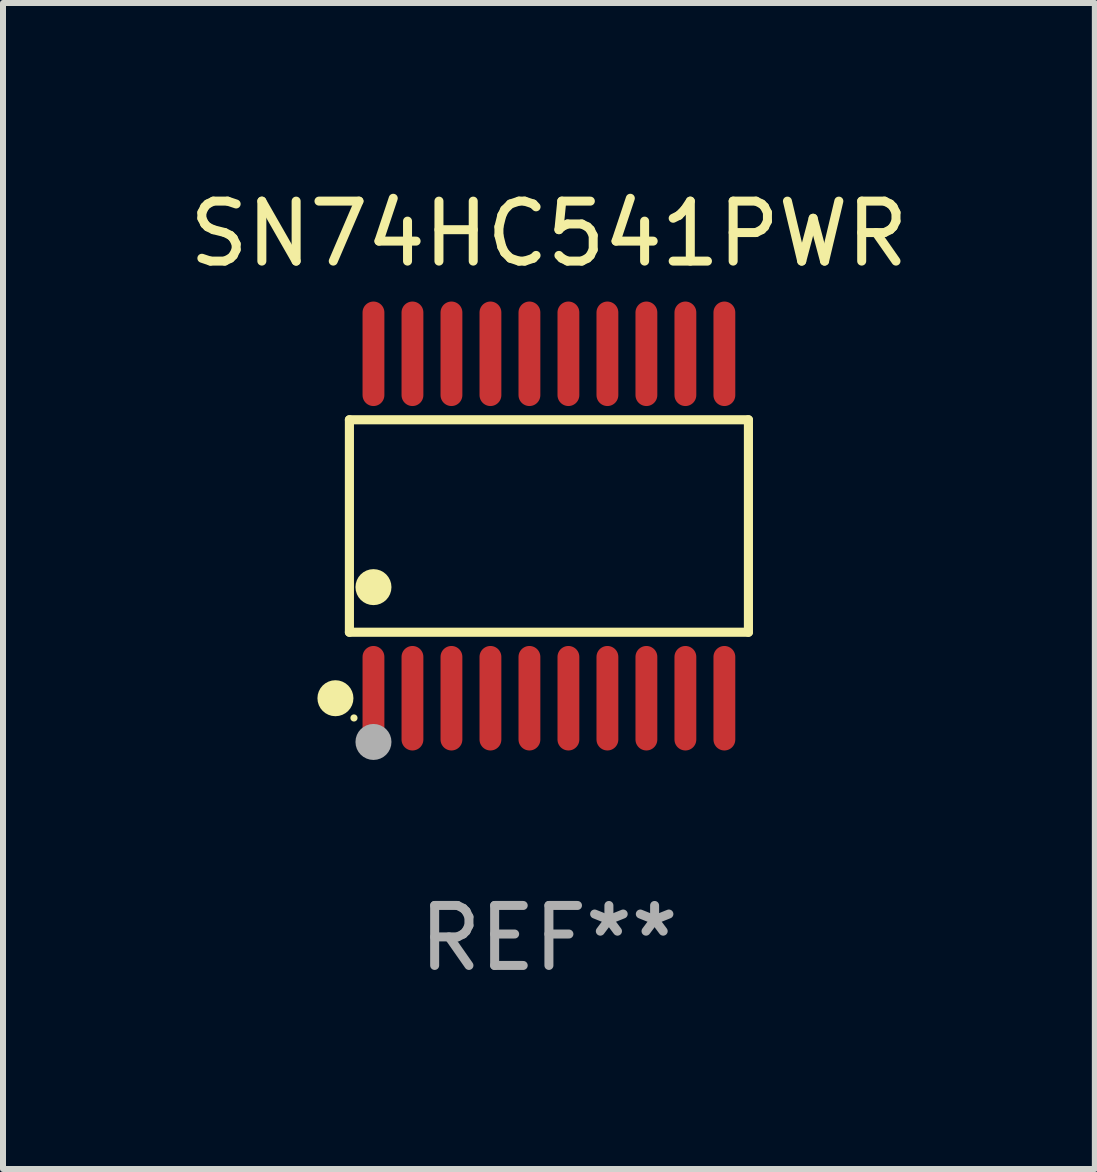
<source format=kicad_pcb>
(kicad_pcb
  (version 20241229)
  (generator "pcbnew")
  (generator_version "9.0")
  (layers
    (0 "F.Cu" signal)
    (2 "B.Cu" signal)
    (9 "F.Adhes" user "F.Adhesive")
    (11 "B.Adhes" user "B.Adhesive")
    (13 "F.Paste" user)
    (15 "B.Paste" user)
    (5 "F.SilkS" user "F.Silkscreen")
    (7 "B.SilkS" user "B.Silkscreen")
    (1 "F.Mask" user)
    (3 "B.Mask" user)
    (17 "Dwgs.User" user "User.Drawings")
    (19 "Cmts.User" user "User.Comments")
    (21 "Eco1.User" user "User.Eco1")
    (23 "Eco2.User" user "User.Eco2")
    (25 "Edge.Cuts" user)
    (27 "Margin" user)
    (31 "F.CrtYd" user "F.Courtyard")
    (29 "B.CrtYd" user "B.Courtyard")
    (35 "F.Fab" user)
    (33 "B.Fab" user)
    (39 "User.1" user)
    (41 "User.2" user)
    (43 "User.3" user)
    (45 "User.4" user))
  (footprint "SN74HC541PWR"
    (layer "F.Cu")
    (at 6.101 5.719)
    (property "Reference" "SN74HC541PWR" (at 0 -4.871 0) (layer "F.SilkS") (effects (font (size 1 1) (thickness 0.15))))
    (attr through_hole)
    (fp_line (start -3.326 -1.771) (end 3.326 -1.771) (stroke (width 0.152) (type solid)) (layer "F.SilkS"))
    (fp_line (start -3.326 1.771) (end -3.326 -1.771) (stroke (width 0.152) (type solid)) (layer "F.SilkS"))
    (fp_line (start 3.326 -1.771) (end 3.326 1.771) (stroke (width 0.152) (type solid)) (layer "F.SilkS"))
    (fp_line (start 3.326 1.771) (end -3.326 1.771) (stroke (width 0.152) (type solid)) (layer "F.SilkS"))
    (fp_circle (center -3.559 2.871) (end -3.409 2.871) (stroke (width 0.3) (type solid)) (fill no) (layer "F.SilkS"))
    (fp_circle (center -3.25 3.2) (end -3.22 3.2) (stroke (width 0.06) (type solid)) (fill no) (layer "F.SilkS"))
    (fp_circle (center -2.925 1.019) (end -2.775 1.019) (stroke (width 0.3) (type solid)) (fill no) (layer "F.SilkS"))
    (fp_circle (center -2.925 3.6) (end -2.775 3.6) (stroke (width 0.3) (type solid)) (fill no) (layer "F.Fab"))
    (fp_text user "REF**" (at 0 6.871 0) (layer "F.Fab") (effects (font (size 1 1) (thickness 0.15))))
    (pad "1" smd oval (at -2.925 2.871) (size 0.364 1.742) (layers "F.Cu" "F.Mask" "F.Paste"))
    (pad "2" smd oval (at -2.275 2.871) (size 0.364 1.742) (layers "F.Cu" "F.Mask" "F.Paste"))
    (pad "3" smd oval (at -1.625 2.871) (size 0.364 1.742) (layers "F.Cu" "F.Mask" "F.Paste"))
    (pad "4" smd oval (at -0.975 2.871) (size 0.364 1.742) (layers "F.Cu" "F.Mask" "F.Paste"))
    (pad "5" smd oval (at -0.325 2.871) (size 0.364 1.742) (layers "F.Cu" "F.Mask" "F.Paste"))
    (pad "6" smd oval (at 0.325 2.871) (size 0.364 1.742) (layers "F.Cu" "F.Mask" "F.Paste"))
    (pad "7" smd oval (at 0.975 2.871) (size 0.364 1.742) (layers "F.Cu" "F.Mask" "F.Paste"))
    (pad "8" smd oval (at 1.625 2.871) (size 0.364 1.742) (layers "F.Cu" "F.Mask" "F.Paste"))
    (pad "9" smd oval (at 2.275 2.871) (size 0.364 1.742) (layers "F.Cu" "F.Mask" "F.Paste"))
    (pad "10" smd oval (at 2.925 2.871) (size 0.364 1.742) (layers "F.Cu" "F.Mask" "F.Paste"))
    (pad "11" smd oval (at 2.925 -2.871) (size 0.364 1.742) (layers "F.Cu" "F.Mask" "F.Paste"))
    (pad "12" smd oval (at 2.275 -2.871) (size 0.364 1.742) (layers "F.Cu" "F.Mask" "F.Paste"))
    (pad "13" smd oval (at 1.625 -2.871) (size 0.364 1.742) (layers "F.Cu" "F.Mask" "F.Paste"))
    (pad "14" smd oval (at 0.975 -2.871) (size 0.364 1.742) (layers "F.Cu" "F.Mask" "F.Paste"))
    (pad "15" smd oval (at 0.325 -2.871) (size 0.364 1.742) (layers "F.Cu" "F.Mask" "F.Paste"))
    (pad "16" smd oval (at -0.325 -2.871) (size 0.364 1.742) (layers "F.Cu" "F.Mask" "F.Paste"))
    (pad "17" smd oval (at -0.975 -2.871) (size 0.364 1.742) (layers "F.Cu" "F.Mask" "F.Paste"))
    (pad "18" smd oval (at -1.625 -2.871) (size 0.364 1.742) (layers "F.Cu" "F.Mask" "F.Paste"))
    (pad "19" smd oval (at -2.275 -2.871) (size 0.364 1.742) (layers "F.Cu" "F.Mask" "F.Paste"))
    (pad "20" smd oval (at -2.925 -2.871) (size 0.364 1.742) (layers "F.Cu" "F.Mask" "F.Paste")))
  (gr_rect
    (start -3 -3)
    (end 15.202 16.438)
    (stroke (width 0.1) (type default))
    (fill no)
    (layer "Edge.Cuts")))
</source>
